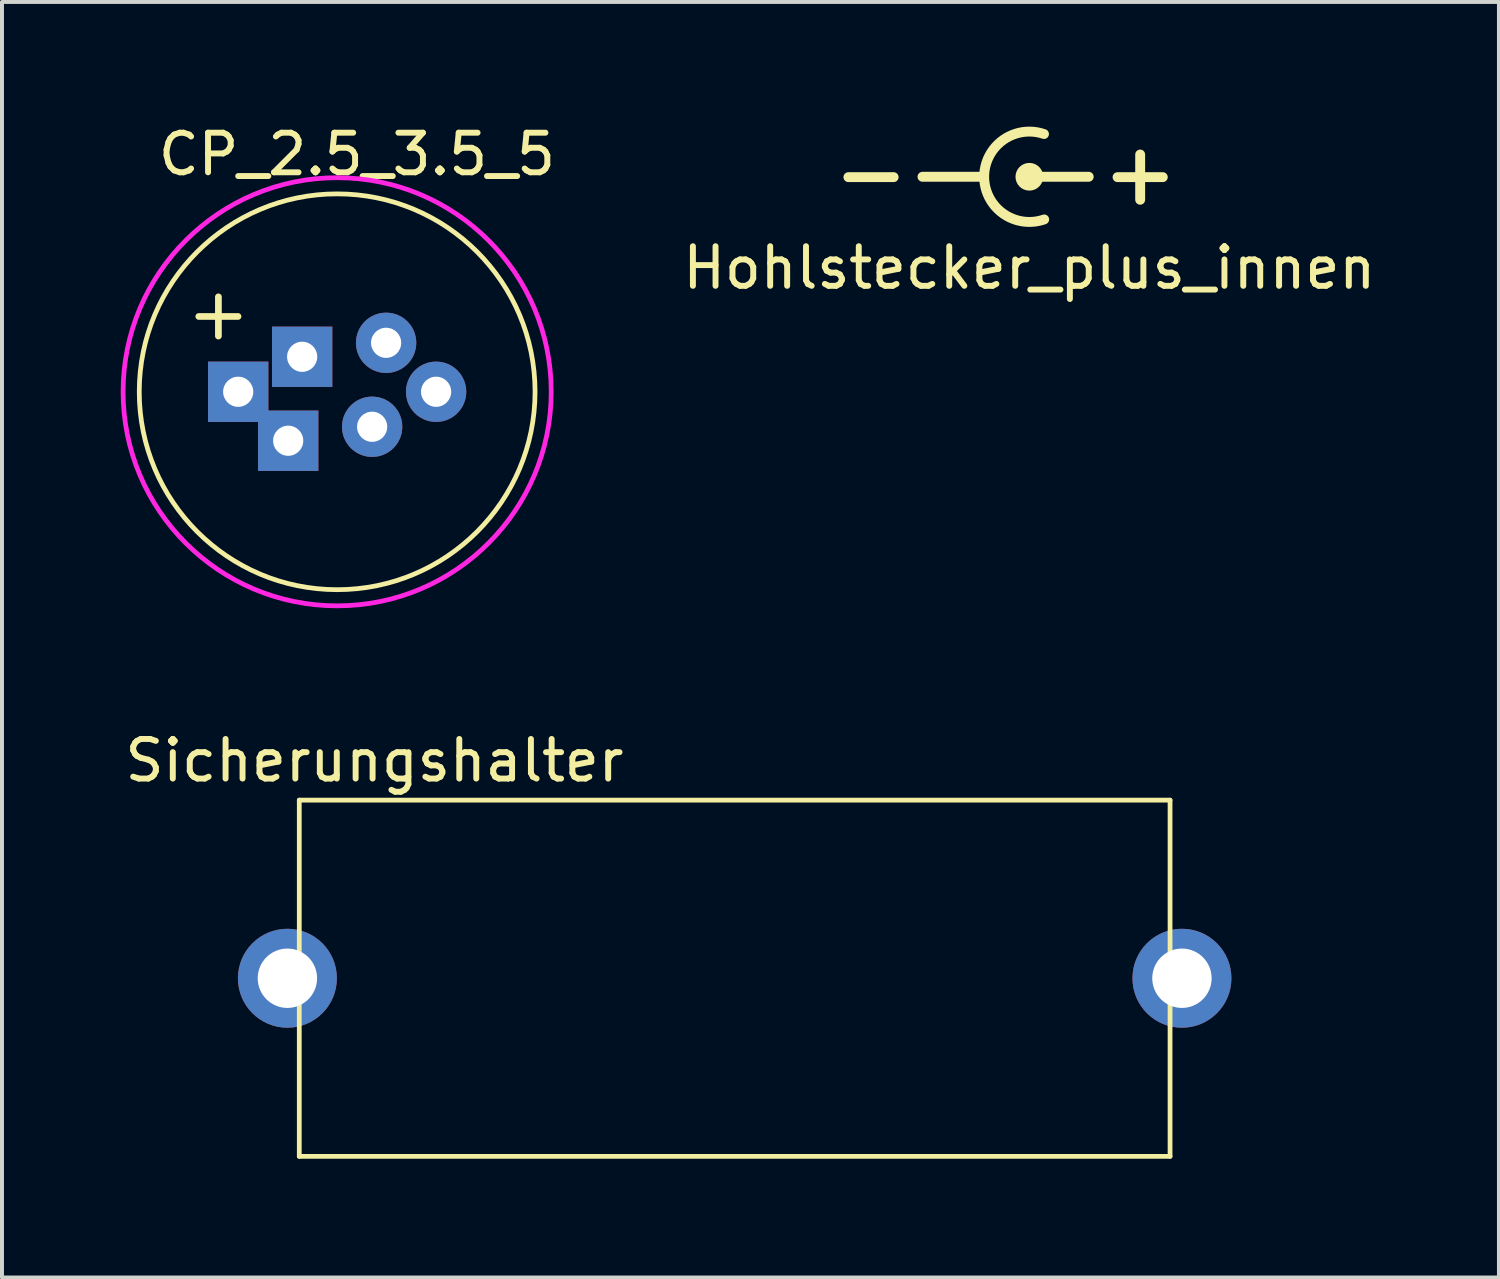
<source format=kicad_pcb>
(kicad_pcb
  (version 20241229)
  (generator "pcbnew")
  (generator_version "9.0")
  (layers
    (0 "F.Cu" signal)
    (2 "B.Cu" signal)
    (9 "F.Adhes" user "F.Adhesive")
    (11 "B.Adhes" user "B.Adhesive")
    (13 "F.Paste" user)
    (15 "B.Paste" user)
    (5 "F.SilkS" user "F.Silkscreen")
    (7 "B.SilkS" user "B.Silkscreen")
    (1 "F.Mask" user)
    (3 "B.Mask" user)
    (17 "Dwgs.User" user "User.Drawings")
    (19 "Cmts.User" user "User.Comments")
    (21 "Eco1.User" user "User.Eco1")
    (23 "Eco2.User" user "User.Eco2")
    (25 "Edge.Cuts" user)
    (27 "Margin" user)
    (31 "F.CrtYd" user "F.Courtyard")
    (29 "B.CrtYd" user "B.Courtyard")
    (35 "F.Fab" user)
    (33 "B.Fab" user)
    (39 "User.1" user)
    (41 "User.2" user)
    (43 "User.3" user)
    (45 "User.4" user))
  (footprint "CP_2.5_3.5_5"
    (layer "F.Cu")
    (at 5.468 6.848)
    (property "Reference" "CP_2.5_3.5_5" (at 0.5 -6 0) (layer "F.SilkS") (effects (font (size 1 1) (thickness 0.15))))
    (attr through_hole)
    (fp_circle (center 0 0) (end 0 -5) (stroke (width 0.12) (type solid)) (fill no) (layer "F.SilkS"))
    (fp_circle (center 0 0) (end 3 -4.5) (stroke (width 0.12) (type solid)) (fill no) (layer "F.CrtYd"))
    (fp_text user "+" (at -3 -2 0) (layer "F.SilkS") (effects (font (size 1.3 1.3) (thickness 0.17))))
    (pad "1" thru_hole rect (at -2.5 0) (size 1.524 1.524) (drill 0.762) (layers "*.Cu" "*.Mask"))
    (pad "1" thru_hole rect (at -1.237 1.237) (size 1.524 1.524) (drill 0.762) (layers "*.Cu" "*.Mask"))
    (pad "1" thru_hole rect (at -0.884 -0.884) (size 1.524 1.524) (drill 0.762) (layers "*.Cu" "*.Mask"))
    (pad "2" thru_hole circle (at 0.884 0.884) (size 1.524 1.524) (drill 0.762) (layers "*.Cu" "*.Mask"))
    (pad "2" thru_hole circle (at 1.237 -1.237) (size 1.524 1.524) (drill 0.762) (layers "*.Cu" "*.Mask"))
    (pad "2" thru_hole circle (at 2.5 0) (size 1.524 1.524) (drill 0.762) (layers "*.Cu" "*.Mask")))
  (footprint "Sicherungshalter"
    (layer "F.Cu")
    (at 4.511 21.665)
    (property "Reference" "Sicherungshalter" (at 1.9 -5.5 0) (layer "F.SilkS") (effects (font (size 1 1) (thickness 0.15))))
    (attr through_hole)
    (fp_line (start 0 -4.5) (end 22 -4.5) (stroke (width 0.12) (type solid)) (layer "F.SilkS"))
    (fp_line (start 0 4.5) (end 0 -4.5) (stroke (width 0.12) (type solid)) (layer "F.SilkS"))
    (fp_line (start 0 4.5) (end 22 4.5) (stroke (width 0.12) (type solid)) (layer "F.SilkS"))
    (fp_line (start 22 -4.5) (end 22 4.5) (stroke (width 0.12) (type solid)) (layer "F.SilkS"))
    (pad "1" thru_hole circle (at -0.3 0) (size 2.5 2.5) (drill 1.5) (layers "*.Cu" "*.Mask"))
    (pad "2" thru_hole circle (at 22.3 0) (size 2.5 2.5) (drill 1.5) (layers "*.Cu" "*.Mask")))
  (footprint "Hohlstecker_plus_innen"
    (layer "F.Cu")
    (at 22.956 1.416)
    (property "Reference" "Hohlstecker_plus_innen" (at 0 2.3 0) (layer "F.SilkS") (effects (font (size 1 1) (thickness 0.15))))
    (attr through_hole)
    (fp_line (start -2.7 0) (end -1.2 0) (stroke (width 0.25) (type solid)) (layer "F.SilkS"))
    (fp_line (start 0 0) (end 1.5 0) (stroke (width 0.25) (type solid)) (layer "F.SilkS"))
    (fp_arc (start 0.375233 1.078193) (mid -1.141618 0.002768) (end 0.37 -1.08) (stroke (width 0.25) (type solid)) (layer "F.SilkS"))
    (fp_circle (center 0 0) (end 0.2 0) (stroke (width 0.3) (type solid)) (fill no) (layer "F.SilkS"))
    (fp_text user "+" (at 2.8 -0.1 0) (layer "F.SilkS") (effects (font (size 1.5 1.5) (thickness 0.25))))
    (fp_text user "-" (at -4 -0.1 0) (layer "F.SilkS") (effects (font (size 1.5 1.5) (thickness 0.25)))))
  (gr_rect
    (start -3 -3)
    (end 34.82 29.225)
    (stroke (width 0.1) (type default))
    (fill no)
    (layer "Edge.Cuts")))
</source>
